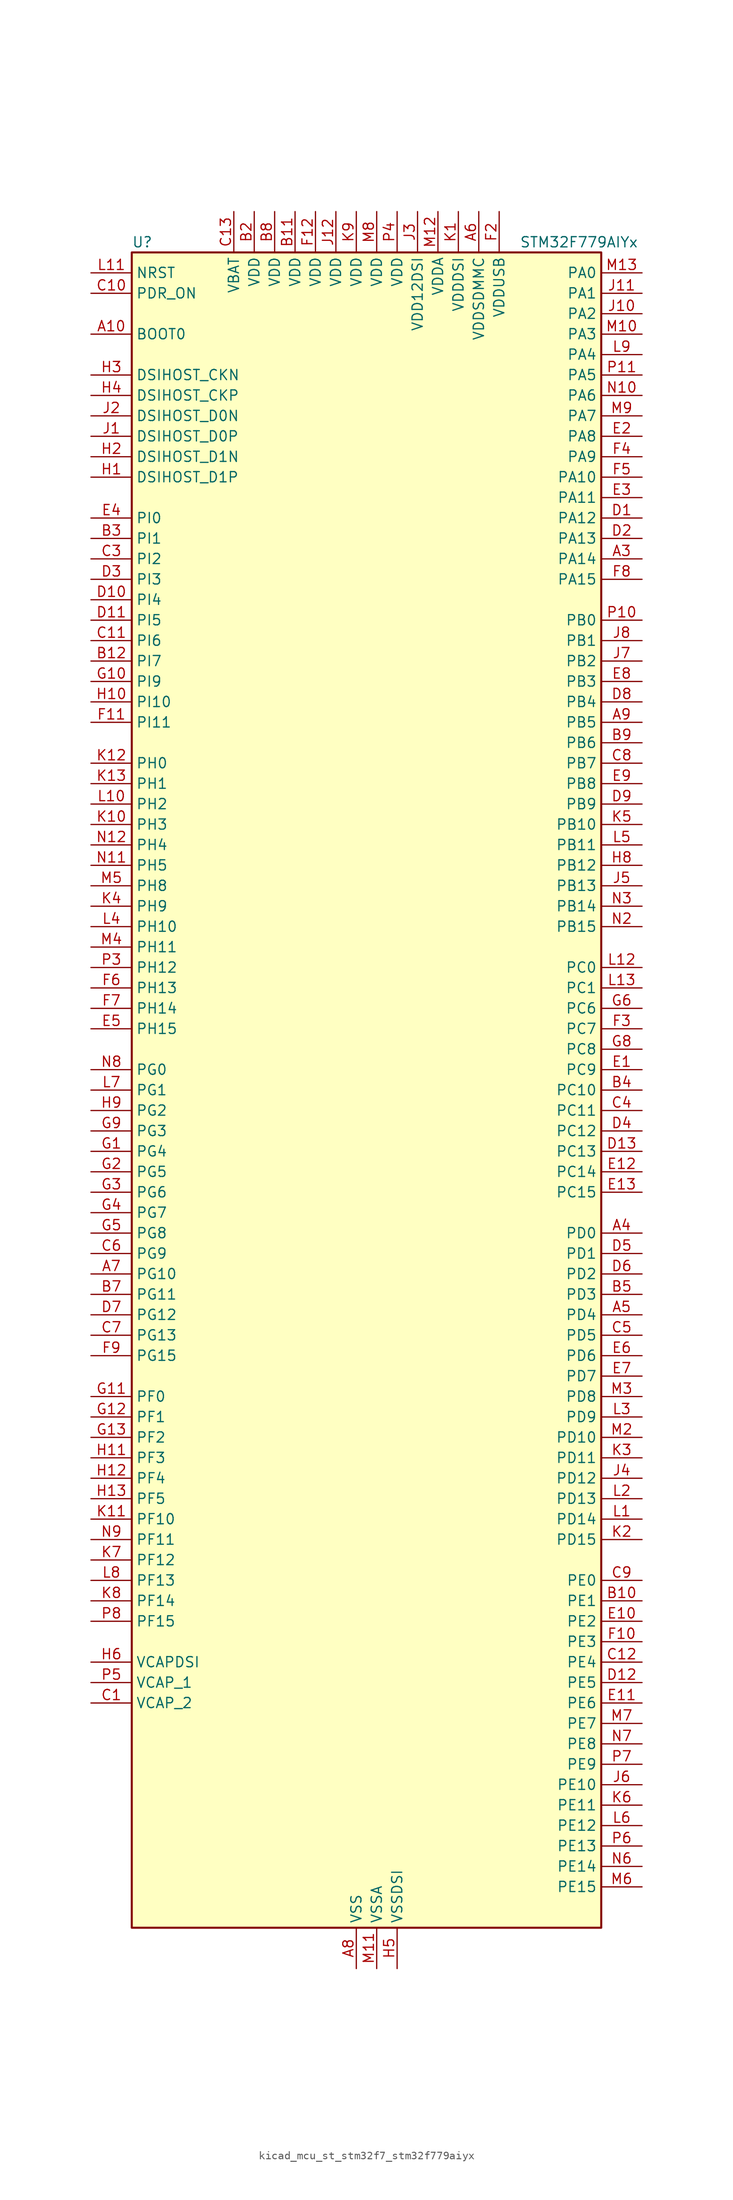
<source format=kicad_sym>
(kicad_symbol_lib
  (version 20220914)
  (generator kicad_symbol_editor)
  (symbol "kicad_mcu_st_stm32f7_stm32f779aiyx"
    (property "Reference" "U"
      (at -27.94 105.41 0)
      (effects (font (size 1.27 1.27)) (justify left)))
    (property "Value" "STM32F779AIYx"
      (at 20.32 105.41 0)
      (effects (font (size 1.27 1.27)) (justify left)))
    (property "ki_locked" ""
      (at 0 0 0)
      (effects (font (size 1.27 1.27))))
    (symbol "kicad_mcu_st_stm32f7_stm32f779aiyx_0_1"
      (rectangle (start -27.94 -104.14) (end 30.48 104.14) (stroke (width 0.254) (type default)) (fill (type background))))
    (symbol "kicad_mcu_st_stm32f7_stm32f779aiyx_1_1"
      (pin no_connect line (at -27.94 -104.14 0) (length 5.08) hide (name "NC" (effects (font (size 1.27 1.27)))) (number "A1" (effects (font (size 1.27 1.27)))))
      (pin input line (at -33.02 93.98 0) (length 5.08) (name "BOOT0" (effects (font (size 1.27 1.27)))) (number "A10" (effects (font (size 1.27 1.27)))))
      (pin passive line (at 0 -109.22 90) (length 5.08) hide (name "VSS" (effects (font (size 1.27 1.27)))) (number "A11" (effects (font (size 1.27 1.27)))))
      (pin no_connect line (at -27.94 -99.06 0) (length 5.08) hide (name "NC" (effects (font (size 1.27 1.27)))) (number "A12" (effects (font (size 1.27 1.27)))))
      (pin no_connect line (at -27.94 -96.52 0) (length 5.08) hide (name "NC" (effects (font (size 1.27 1.27)))) (number "A13" (effects (font (size 1.27 1.27)))))
      (pin no_connect line (at -27.94 -101.6 0) (length 5.08) hide (name "NC" (effects (font (size 1.27 1.27)))) (number "A2" (effects (font (size 1.27 1.27)))))
      (pin bidirectional line (at 35.56 66.04 180) (length 5.08) (name "PA14" (effects (font (size 1.27 1.27)))) (number "A3" (effects (font (size 1.27 1.27)))) (alternate "SYS_JTCK-SWCLK" bidirectional line))
      (pin bidirectional line (at 35.56 -17.78 180) (length 5.08) (name "PD0" (effects (font (size 1.27 1.27)))) (number "A4" (effects (font (size 1.27 1.27)))) (alternate "CAN1_RX" bidirectional line) (alternate "DFSDM1_CKIN6" bidirectional line) (alternate "DFSDM1_DATIN7" bidirectional line) (alternate "FMC_D2" bidirectional line) (alternate "FMC_DA2" bidirectional line) (alternate "UART4_RX" bidirectional line))
      (pin bidirectional line (at 35.56 -27.94 180) (length 5.08) (name "PD4" (effects (font (size 1.27 1.27)))) (number "A5" (effects (font (size 1.27 1.27)))) (alternate "DFSDM1_CKIN0" bidirectional line) (alternate "FMC_NOE" bidirectional line) (alternate "USART2_DE" bidirectional line) (alternate "USART2_RTS" bidirectional line))
      (pin power_in line (at 15.24 109.22 270) (length 5.08) (name "VDDSDMMC" (effects (font (size 1.27 1.27)))) (number "A6" (effects (font (size 1.27 1.27)))))
      (pin bidirectional line (at -33.02 -22.86 0) (length 5.08) (name "PG10" (effects (font (size 1.27 1.27)))) (number "A7" (effects (font (size 1.27 1.27)))) (alternate "DCMI_D2" bidirectional line) (alternate "FMC_NE3" bidirectional line) (alternate "I2S1_WS" bidirectional line) (alternate "LTDC_B2" bidirectional line) (alternate "LTDC_G3" bidirectional line) (alternate "SAI2_SD_B" bidirectional line) (alternate "SDMMC2_D1" bidirectional line) (alternate "SPI1_NSS" bidirectional line))
      (pin power_in line (at 0 -109.22 90) (length 5.08) (name "VSS" (effects (font (size 1.27 1.27)))) (number "A8" (effects (font (size 1.27 1.27)))))
      (pin bidirectional line (at 35.56 45.72 180) (length 5.08) (name "PB5" (effects (font (size 1.27 1.27)))) (number "A9" (effects (font (size 1.27 1.27)))) (alternate "CAN2_RX" bidirectional line) (alternate "DCMI_D10" bidirectional line) (alternate "FMC_SDCKE1" bidirectional line) (alternate "I2C1_SMBA" bidirectional line) (alternate "I2S1_SD" bidirectional line) (alternate "I2S3_SD" bidirectional line) (alternate "LTDC_G7" bidirectional line) (alternate "SPI1_MOSI" bidirectional line) (alternate "SPI3_MOSI" bidirectional line) (alternate "SPI6_MOSI" bidirectional line) (alternate "TIM3_CH2" bidirectional line) (alternate "UART5_RX" bidirectional line) (alternate "USB_OTG_HS_ULPI_D7" bidirectional line))
      (pin no_connect line (at -27.94 -93.98 0) (length 5.08) hide (name "NC" (effects (font (size 1.27 1.27)))) (number "B1" (effects (font (size 1.27 1.27)))))
      (pin bidirectional line (at 35.56 -63.5 180) (length 5.08) (name "PE1" (effects (font (size 1.27 1.27)))) (number "B10" (effects (font (size 1.27 1.27)))) (alternate "DCMI_D3" bidirectional line) (alternate "FMC_NBL1" bidirectional line) (alternate "LPTIM1_IN2" bidirectional line) (alternate "UART8_TX" bidirectional line))
      (pin power_in line (at -7.62 109.22 270) (length 5.08) (name "VDD" (effects (font (size 1.27 1.27)))) (number "B11" (effects (font (size 1.27 1.27)))))
      (pin bidirectional line (at -33.02 53.34 0) (length 5.08) (name "PI7" (effects (font (size 1.27 1.27)))) (number "B12" (effects (font (size 1.27 1.27)))) (alternate "DCMI_D7" bidirectional line) (alternate "FMC_D29" bidirectional line) (alternate "LTDC_B7" bidirectional line) (alternate "SAI2_FS_A" bidirectional line) (alternate "TIM8_CH3" bidirectional line))
      (pin no_connect line (at -27.94 -91.44 0) (length 5.08) hide (name "NC" (effects (font (size 1.27 1.27)))) (number "B13" (effects (font (size 1.27 1.27)))))
      (pin power_in line (at -12.7 109.22 270) (length 5.08) (name "VDD" (effects (font (size 1.27 1.27)))) (number "B2" (effects (font (size 1.27 1.27)))))
      (pin bidirectional line (at -33.02 68.58 0) (length 5.08) (name "PI1" (effects (font (size 1.27 1.27)))) (number "B3" (effects (font (size 1.27 1.27)))) (alternate "DCMI_D8" bidirectional line) (alternate "FMC_D25" bidirectional line) (alternate "I2S2_CK" bidirectional line) (alternate "LTDC_G6" bidirectional line) (alternate "SPI2_SCK" bidirectional line) (alternate "TIM8_BKIN2" bidirectional line))
      (pin bidirectional line (at 35.56 0 180) (length 5.08) (name "PC10" (effects (font (size 1.27 1.27)))) (number "B4" (effects (font (size 1.27 1.27)))) (alternate "DCMI_D8" bidirectional line) (alternate "DFSDM1_CKIN5" bidirectional line) (alternate "I2S3_CK" bidirectional line) (alternate "LTDC_R2" bidirectional line) (alternate "QUADSPI_BK1_IO1" bidirectional line) (alternate "SDMMC1_D2" bidirectional line) (alternate "SPI3_SCK" bidirectional line) (alternate "UART4_TX" bidirectional line) (alternate "USART3_TX" bidirectional line))
      (pin bidirectional line (at 35.56 -25.4 180) (length 5.08) (name "PD3" (effects (font (size 1.27 1.27)))) (number "B5" (effects (font (size 1.27 1.27)))) (alternate "DCMI_D5" bidirectional line) (alternate "DFSDM1_CKOUT" bidirectional line) (alternate "DFSDM1_DATIN0" bidirectional line) (alternate "FMC_CLK" bidirectional line) (alternate "I2S2_CK" bidirectional line) (alternate "LTDC_G7" bidirectional line) (alternate "SPI2_SCK" bidirectional line) (alternate "USART2_CTS" bidirectional line))
      (pin passive line (at 0 -109.22 90) (length 5.08) hide (name "VSS" (effects (font (size 1.27 1.27)))) (number "B6" (effects (font (size 1.27 1.27)))))
      (pin bidirectional line (at -33.02 -25.4 0) (length 5.08) (name "PG11" (effects (font (size 1.27 1.27)))) (number "B7" (effects (font (size 1.27 1.27)))) (alternate "ADC1_EXTI11" bidirectional line) (alternate "ADC2_EXTI11" bidirectional line) (alternate "ADC3_EXTI11" bidirectional line) (alternate "DCMI_D3" bidirectional line) (alternate "I2S1_CK" bidirectional line) (alternate "LTDC_B3" bidirectional line) (alternate "SDMMC2_D2" bidirectional line) (alternate "SPDIFRX_IN0" bidirectional line) (alternate "SPI1_SCK" bidirectional line))
      (pin power_in line (at -10.16 109.22 270) (length 5.08) (name "VDD" (effects (font (size 1.27 1.27)))) (number "B8" (effects (font (size 1.27 1.27)))))
      (pin bidirectional line (at 35.56 43.18 180) (length 5.08) (name "PB6" (effects (font (size 1.27 1.27)))) (number "B9" (effects (font (size 1.27 1.27)))) (alternate "CAN2_TX" bidirectional line) (alternate "CEC" bidirectional line) (alternate "DCMI_D5" bidirectional line) (alternate "DFSDM1_DATIN5" bidirectional line) (alternate "FMC_SDNE1" bidirectional line) (alternate "I2C1_SCL" bidirectional line) (alternate "I2C4_SCL" bidirectional line) (alternate "QUADSPI_BK1_NCS" bidirectional line) (alternate "TIM4_CH1" bidirectional line) (alternate "UART5_TX" bidirectional line) (alternate "USART1_TX" bidirectional line))
      (pin power_out line (at -33.02 -76.2 0) (length 5.08) (name "VCAP_2" (effects (font (size 1.27 1.27)))) (number "C1" (effects (font (size 1.27 1.27)))))
      (pin input line (at -33.02 99.06 0) (length 5.08) (name "PDR_ON" (effects (font (size 1.27 1.27)))) (number "C10" (effects (font (size 1.27 1.27)))))
      (pin bidirectional line (at -33.02 55.88 0) (length 5.08) (name "PI6" (effects (font (size 1.27 1.27)))) (number "C11" (effects (font (size 1.27 1.27)))) (alternate "DCMI_D6" bidirectional line) (alternate "FMC_D28" bidirectional line) (alternate "LTDC_B6" bidirectional line) (alternate "SAI2_SD_A" bidirectional line) (alternate "TIM8_CH2" bidirectional line))
      (pin bidirectional line (at 35.56 -71.12 180) (length 5.08) (name "PE4" (effects (font (size 1.27 1.27)))) (number "C12" (effects (font (size 1.27 1.27)))) (alternate "DCMI_D4" bidirectional line) (alternate "DFSDM1_DATIN3" bidirectional line) (alternate "FMC_A20" bidirectional line) (alternate "LTDC_B0" bidirectional line) (alternate "SAI1_FS_A" bidirectional line) (alternate "SPI4_NSS" bidirectional line) (alternate "SYS_TRACED1" bidirectional line))
      (pin power_in line (at -15.24 109.22 270) (length 5.08) (name "VBAT" (effects (font (size 1.27 1.27)))) (number "C13" (effects (font (size 1.27 1.27)))))
      (pin passive line (at 0 -109.22 90) (length 5.08) hide (name "VSS" (effects (font (size 1.27 1.27)))) (number "C2" (effects (font (size 1.27 1.27)))))
      (pin bidirectional line (at -33.02 66.04 0) (length 5.08) (name "PI2" (effects (font (size 1.27 1.27)))) (number "C3" (effects (font (size 1.27 1.27)))) (alternate "DCMI_D9" bidirectional line) (alternate "FMC_D26" bidirectional line) (alternate "LTDC_G7" bidirectional line) (alternate "SPI2_MISO" bidirectional line) (alternate "TIM8_CH4" bidirectional line))
      (pin bidirectional line (at 35.56 -2.54 180) (length 5.08) (name "PC11" (effects (font (size 1.27 1.27)))) (number "C4" (effects (font (size 1.27 1.27)))) (alternate "ADC1_EXTI11" bidirectional line) (alternate "ADC2_EXTI11" bidirectional line) (alternate "ADC3_EXTI11" bidirectional line) (alternate "DCMI_D4" bidirectional line) (alternate "DFSDM1_DATIN5" bidirectional line) (alternate "QUADSPI_BK2_NCS" bidirectional line) (alternate "SDMMC1_D3" bidirectional line) (alternate "SPI3_MISO" bidirectional line) (alternate "UART4_RX" bidirectional line) (alternate "USART3_RX" bidirectional line))
      (pin bidirectional line (at 35.56 -30.48 180) (length 5.08) (name "PD5" (effects (font (size 1.27 1.27)))) (number "C5" (effects (font (size 1.27 1.27)))) (alternate "FMC_NWE" bidirectional line) (alternate "USART2_TX" bidirectional line))
      (pin bidirectional line (at -33.02 -20.32 0) (length 5.08) (name "PG9" (effects (font (size 1.27 1.27)))) (number "C6" (effects (font (size 1.27 1.27)))) (alternate "DAC_EXTI9" bidirectional line) (alternate "DCMI_VSYNC" bidirectional line) (alternate "FMC_NCE" bidirectional line) (alternate "FMC_NE2" bidirectional line) (alternate "QUADSPI_BK2_IO2" bidirectional line) (alternate "SAI2_FS_B" bidirectional line) (alternate "SDMMC2_D0" bidirectional line) (alternate "SPDIFRX_IN3" bidirectional line) (alternate "SPI1_MISO" bidirectional line) (alternate "USART6_RX" bidirectional line))
      (pin bidirectional line (at -33.02 -30.48 0) (length 5.08) (name "PG13" (effects (font (size 1.27 1.27)))) (number "C7" (effects (font (size 1.27 1.27)))) (alternate "FMC_A24" bidirectional line) (alternate "LPTIM1_OUT" bidirectional line) (alternate "LTDC_R0" bidirectional line) (alternate "SPI6_SCK" bidirectional line) (alternate "SYS_TRACED0" bidirectional line) (alternate "USART6_CTS" bidirectional line))
      (pin bidirectional line (at 35.56 40.64 180) (length 5.08) (name "PB7" (effects (font (size 1.27 1.27)))) (number "C8" (effects (font (size 1.27 1.27)))) (alternate "DCMI_VSYNC" bidirectional line) (alternate "DFSDM1_CKIN5" bidirectional line) (alternate "FMC_NL" bidirectional line) (alternate "I2C1_SDA" bidirectional line) (alternate "I2C4_SDA" bidirectional line) (alternate "TIM4_CH2" bidirectional line) (alternate "USART1_RX" bidirectional line))
      (pin bidirectional line (at 35.56 -60.96 180) (length 5.08) (name "PE0" (effects (font (size 1.27 1.27)))) (number "C9" (effects (font (size 1.27 1.27)))) (alternate "DCMI_D2" bidirectional line) (alternate "FMC_NBL0" bidirectional line) (alternate "LPTIM1_ETR" bidirectional line) (alternate "SAI2_MCLK_A" bidirectional line) (alternate "TIM4_ETR" bidirectional line) (alternate "UART8_RX" bidirectional line))
      (pin bidirectional line (at 35.56 71.12 180) (length 5.08) (name "PA12" (effects (font (size 1.27 1.27)))) (number "D1" (effects (font (size 1.27 1.27)))) (alternate "CAN1_TX" bidirectional line) (alternate "I2S2_CK" bidirectional line) (alternate "LTDC_R5" bidirectional line) (alternate "SAI2_FS_B" bidirectional line) (alternate "SPI2_SCK" bidirectional line) (alternate "TIM1_ETR" bidirectional line) (alternate "UART4_TX" bidirectional line) (alternate "USART1_DE" bidirectional line) (alternate "USART1_RTS" bidirectional line) (alternate "USB_OTG_FS_DP" bidirectional line))
      (pin bidirectional line (at -33.02 60.96 0) (length 5.08) (name "PI4" (effects (font (size 1.27 1.27)))) (number "D10" (effects (font (size 1.27 1.27)))) (alternate "DCMI_D5" bidirectional line) (alternate "FMC_NBL2" bidirectional line) (alternate "LTDC_B4" bidirectional line) (alternate "SAI2_MCLK_A" bidirectional line) (alternate "TIM8_BKIN" bidirectional line))
      (pin bidirectional line (at -33.02 58.42 0) (length 5.08) (name "PI5" (effects (font (size 1.27 1.27)))) (number "D11" (effects (font (size 1.27 1.27)))) (alternate "DCMI_VSYNC" bidirectional line) (alternate "FMC_NBL3" bidirectional line) (alternate "LTDC_B5" bidirectional line) (alternate "SAI2_SCK_A" bidirectional line) (alternate "TIM8_CH1" bidirectional line))
      (pin bidirectional line (at 35.56 -73.66 180) (length 5.08) (name "PE5" (effects (font (size 1.27 1.27)))) (number "D12" (effects (font (size 1.27 1.27)))) (alternate "DCMI_D6" bidirectional line) (alternate "DFSDM1_CKIN3" bidirectional line) (alternate "FMC_A21" bidirectional line) (alternate "LTDC_G0" bidirectional line) (alternate "SAI1_SCK_A" bidirectional line) (alternate "SPI4_MISO" bidirectional line) (alternate "SYS_TRACED2" bidirectional line) (alternate "TIM9_CH1" bidirectional line))
      (pin bidirectional line (at 35.56 -7.62 180) (length 5.08) (name "PC13" (effects (font (size 1.27 1.27)))) (number "D13" (effects (font (size 1.27 1.27)))) (alternate "RTC_OUT" bidirectional line) (alternate "RTC_TAMP1" bidirectional line) (alternate "RTC_TS" bidirectional line) (alternate "SYS_WKUP4" bidirectional line))
      (pin bidirectional line (at 35.56 68.58 180) (length 5.08) (name "PA13" (effects (font (size 1.27 1.27)))) (number "D2" (effects (font (size 1.27 1.27)))) (alternate "SYS_JTMS-SWDIO" bidirectional line))
      (pin bidirectional line (at -33.02 63.5 0) (length 5.08) (name "PI3" (effects (font (size 1.27 1.27)))) (number "D3" (effects (font (size 1.27 1.27)))) (alternate "DCMI_D10" bidirectional line) (alternate "FMC_D27" bidirectional line) (alternate "I2S2_SD" bidirectional line) (alternate "SPI2_MOSI" bidirectional line) (alternate "TIM8_ETR" bidirectional line))
      (pin bidirectional line (at 35.56 -5.08 180) (length 5.08) (name "PC12" (effects (font (size 1.27 1.27)))) (number "D4" (effects (font (size 1.27 1.27)))) (alternate "DCMI_D9" bidirectional line) (alternate "I2S3_SD" bidirectional line) (alternate "SDMMC1_CK" bidirectional line) (alternate "SPI3_MOSI" bidirectional line) (alternate "SYS_TRACED3" bidirectional line) (alternate "UART5_TX" bidirectional line) (alternate "USART3_CK" bidirectional line))
      (pin bidirectional line (at 35.56 -20.32 180) (length 5.08) (name "PD1" (effects (font (size 1.27 1.27)))) (number "D5" (effects (font (size 1.27 1.27)))) (alternate "CAN1_TX" bidirectional line) (alternate "DFSDM1_CKIN7" bidirectional line) (alternate "DFSDM1_DATIN6" bidirectional line) (alternate "FMC_D3" bidirectional line) (alternate "FMC_DA3" bidirectional line) (alternate "UART4_TX" bidirectional line))
      (pin bidirectional line (at 35.56 -22.86 180) (length 5.08) (name "PD2" (effects (font (size 1.27 1.27)))) (number "D6" (effects (font (size 1.27 1.27)))) (alternate "DCMI_D11" bidirectional line) (alternate "SDMMC1_CMD" bidirectional line) (alternate "SYS_TRACED2" bidirectional line) (alternate "TIM3_ETR" bidirectional line) (alternate "UART5_RX" bidirectional line))
      (pin bidirectional line (at -33.02 -27.94 0) (length 5.08) (name "PG12" (effects (font (size 1.27 1.27)))) (number "D7" (effects (font (size 1.27 1.27)))) (alternate "FMC_NE4" bidirectional line) (alternate "LPTIM1_IN1" bidirectional line) (alternate "LTDC_B1" bidirectional line) (alternate "LTDC_B4" bidirectional line) (alternate "SDMMC2_D3" bidirectional line) (alternate "SPDIFRX_IN1" bidirectional line) (alternate "SPI6_MISO" bidirectional line) (alternate "USART6_DE" bidirectional line) (alternate "USART6_RTS" bidirectional line))
      (pin bidirectional line (at 35.56 48.26 180) (length 5.08) (name "PB4" (effects (font (size 1.27 1.27)))) (number "D8" (effects (font (size 1.27 1.27)))) (alternate "CAN3_TX" bidirectional line) (alternate "I2S2_WS" bidirectional line) (alternate "SDMMC2_D3" bidirectional line) (alternate "SPI1_MISO" bidirectional line) (alternate "SPI2_NSS" bidirectional line) (alternate "SPI3_MISO" bidirectional line) (alternate "SPI6_MISO" bidirectional line) (alternate "SYS_JTRST" bidirectional line) (alternate "TIM3_CH1" bidirectional line) (alternate "UART7_TX" bidirectional line))
      (pin bidirectional line (at 35.56 35.56 180) (length 5.08) (name "PB9" (effects (font (size 1.27 1.27)))) (number "D9" (effects (font (size 1.27 1.27)))) (alternate "CAN1_TX" bidirectional line) (alternate "DAC_EXTI9" bidirectional line) (alternate "DCMI_D7" bidirectional line) (alternate "DFSDM1_DATIN7" bidirectional line) (alternate "I2C1_SDA" bidirectional line) (alternate "I2C4_SDA" bidirectional line) (alternate "I2C4_SMBA" bidirectional line) (alternate "I2S2_WS" bidirectional line) (alternate "LTDC_B7" bidirectional line) (alternate "SDMMC1_D5" bidirectional line) (alternate "SDMMC2_D5" bidirectional line) (alternate "SPI2_NSS" bidirectional line) (alternate "TIM11_CH1" bidirectional line) (alternate "TIM4_CH4" bidirectional line) (alternate "UART5_TX" bidirectional line))
      (pin bidirectional line (at 35.56 2.54 180) (length 5.08) (name "PC9" (effects (font (size 1.27 1.27)))) (number "E1" (effects (font (size 1.27 1.27)))) (alternate "DAC_EXTI9" bidirectional line) (alternate "DCMI_D3" bidirectional line) (alternate "I2C3_SDA" bidirectional line) (alternate "I2S_CKIN" bidirectional line) (alternate "LTDC_B2" bidirectional line) (alternate "LTDC_G3" bidirectional line) (alternate "QUADSPI_BK1_IO0" bidirectional line) (alternate "RCC_MCO_2" bidirectional line) (alternate "SDMMC1_D1" bidirectional line) (alternate "TIM3_CH4" bidirectional line) (alternate "TIM8_CH4" bidirectional line) (alternate "UART5_CTS" bidirectional line))
      (pin bidirectional line (at 35.56 -66.04 180) (length 5.08) (name "PE2" (effects (font (size 1.27 1.27)))) (number "E10" (effects (font (size 1.27 1.27)))) (alternate "FMC_A23" bidirectional line) (alternate "QUADSPI_BK1_IO2" bidirectional line) (alternate "SAI1_MCLK_A" bidirectional line) (alternate "SPI4_SCK" bidirectional line) (alternate "SYS_TRACECLK" bidirectional line))
      (pin bidirectional line (at 35.56 -76.2 180) (length 5.08) (name "PE6" (effects (font (size 1.27 1.27)))) (number "E11" (effects (font (size 1.27 1.27)))) (alternate "DCMI_D7" bidirectional line) (alternate "FMC_A22" bidirectional line) (alternate "LTDC_G1" bidirectional line) (alternate "SAI1_SD_A" bidirectional line) (alternate "SAI2_MCLK_B" bidirectional line) (alternate "SPI4_MOSI" bidirectional line) (alternate "SYS_TRACED3" bidirectional line) (alternate "TIM1_BKIN2" bidirectional line) (alternate "TIM9_CH2" bidirectional line))
      (pin bidirectional line (at 35.56 -10.16 180) (length 5.08) (name "PC14" (effects (font (size 1.27 1.27)))) (number "E12" (effects (font (size 1.27 1.27)))) (alternate "RCC_OSC32_IN" bidirectional line))
      (pin bidirectional line (at 35.56 -12.7 180) (length 5.08) (name "PC15" (effects (font (size 1.27 1.27)))) (number "E13" (effects (font (size 1.27 1.27)))) (alternate "RCC_OSC32_OUT" bidirectional line))
      (pin bidirectional line (at 35.56 81.28 180) (length 5.08) (name "PA8" (effects (font (size 1.27 1.27)))) (number "E2" (effects (font (size 1.27 1.27)))) (alternate "CAN3_RX" bidirectional line) (alternate "I2C3_SCL" bidirectional line) (alternate "LTDC_B3" bidirectional line) (alternate "LTDC_R6" bidirectional line) (alternate "RCC_MCO_1" bidirectional line) (alternate "TIM1_CH1" bidirectional line) (alternate "TIM8_BKIN2" bidirectional line) (alternate "UART7_RX" bidirectional line) (alternate "USART1_CK" bidirectional line) (alternate "USB_OTG_FS_SOF" bidirectional line))
      (pin bidirectional line (at 35.56 73.66 180) (length 5.08) (name "PA11" (effects (font (size 1.27 1.27)))) (number "E3" (effects (font (size 1.27 1.27)))) (alternate "ADC1_EXTI11" bidirectional line) (alternate "ADC2_EXTI11" bidirectional line) (alternate "ADC3_EXTI11" bidirectional line) (alternate "CAN1_RX" bidirectional line) (alternate "I2S2_WS" bidirectional line) (alternate "LTDC_R4" bidirectional line) (alternate "SPI2_NSS" bidirectional line) (alternate "TIM1_CH4" bidirectional line) (alternate "UART4_RX" bidirectional line) (alternate "USART1_CTS" bidirectional line) (alternate "USB_OTG_FS_DM" bidirectional line))
      (pin bidirectional line (at -33.02 71.12 0) (length 5.08) (name "PI0" (effects (font (size 1.27 1.27)))) (number "E4" (effects (font (size 1.27 1.27)))) (alternate "DCMI_D13" bidirectional line) (alternate "FMC_D24" bidirectional line) (alternate "I2S2_WS" bidirectional line) (alternate "LTDC_G5" bidirectional line) (alternate "SPI2_NSS" bidirectional line) (alternate "TIM5_CH4" bidirectional line))
      (pin bidirectional line (at -33.02 7.62 0) (length 5.08) (name "PH15" (effects (font (size 1.27 1.27)))) (number "E5" (effects (font (size 1.27 1.27)))) (alternate "DCMI_D11" bidirectional line) (alternate "FMC_D23" bidirectional line) (alternate "LTDC_G4" bidirectional line) (alternate "TIM8_CH3N" bidirectional line))
      (pin bidirectional line (at 35.56 -33.02 180) (length 5.08) (name "PD6" (effects (font (size 1.27 1.27)))) (number "E6" (effects (font (size 1.27 1.27)))) (alternate "DCMI_D10" bidirectional line) (alternate "DFSDM1_CKIN4" bidirectional line) (alternate "DFSDM1_DATIN1" bidirectional line) (alternate "FMC_NWAIT" bidirectional line) (alternate "I2S3_SD" bidirectional line) (alternate "LTDC_B2" bidirectional line) (alternate "SAI1_SD_A" bidirectional line) (alternate "SDMMC2_CK" bidirectional line) (alternate "SPI3_MOSI" bidirectional line) (alternate "USART2_RX" bidirectional line))
      (pin bidirectional line (at 35.56 -35.56 180) (length 5.08) (name "PD7" (effects (font (size 1.27 1.27)))) (number "E7" (effects (font (size 1.27 1.27)))) (alternate "DFSDM1_CKIN1" bidirectional line) (alternate "DFSDM1_DATIN4" bidirectional line) (alternate "FMC_NE1" bidirectional line) (alternate "I2S1_SD" bidirectional line) (alternate "SDMMC2_CMD" bidirectional line) (alternate "SPDIFRX_IN0" bidirectional line) (alternate "SPI1_MOSI" bidirectional line) (alternate "USART2_CK" bidirectional line))
      (pin bidirectional line (at 35.56 50.8 180) (length 5.08) (name "PB3" (effects (font (size 1.27 1.27)))) (number "E8" (effects (font (size 1.27 1.27)))) (alternate "CAN3_RX" bidirectional line) (alternate "I2S1_CK" bidirectional line) (alternate "I2S3_CK" bidirectional line) (alternate "SDMMC2_D2" bidirectional line) (alternate "SPI1_SCK" bidirectional line) (alternate "SPI3_SCK" bidirectional line) (alternate "SPI6_SCK" bidirectional line) (alternate "SYS_JTDO-SWO" bidirectional line) (alternate "TIM2_CH2" bidirectional line) (alternate "UART7_RX" bidirectional line))
      (pin bidirectional line (at 35.56 38.1 180) (length 5.08) (name "PB8" (effects (font (size 1.27 1.27)))) (number "E9" (effects (font (size 1.27 1.27)))) (alternate "CAN1_RX" bidirectional line) (alternate "DCMI_D6" bidirectional line) (alternate "DFSDM1_CKIN7" bidirectional line) (alternate "I2C1_SCL" bidirectional line) (alternate "I2C4_SCL" bidirectional line) (alternate "LTDC_B6" bidirectional line) (alternate "SDMMC1_D4" bidirectional line) (alternate "SDMMC2_D4" bidirectional line) (alternate "TIM10_CH1" bidirectional line) (alternate "TIM4_CH3" bidirectional line) (alternate "UART5_RX" bidirectional line))
      (pin passive line (at 0 -109.22 90) (length 5.08) hide (name "VSS" (effects (font (size 1.27 1.27)))) (number "F1" (effects (font (size 1.27 1.27)))))
      (pin bidirectional line (at 35.56 -68.58 180) (length 5.08) (name "PE3" (effects (font (size 1.27 1.27)))) (number "F10" (effects (font (size 1.27 1.27)))) (alternate "FMC_A19" bidirectional line) (alternate "SAI1_SD_B" bidirectional line) (alternate "SYS_TRACED0" bidirectional line))
      (pin bidirectional line (at -33.02 45.72 0) (length 5.08) (name "PI11" (effects (font (size 1.27 1.27)))) (number "F11" (effects (font (size 1.27 1.27)))) (alternate "ADC1_EXTI11" bidirectional line) (alternate "ADC2_EXTI11" bidirectional line) (alternate "ADC3_EXTI11" bidirectional line) (alternate "LTDC_G6" bidirectional line) (alternate "SYS_WKUP6" bidirectional line) (alternate "USB_OTG_HS_ULPI_DIR" bidirectional line))
      (pin power_in line (at -5.08 109.22 270) (length 5.08) (name "VDD" (effects (font (size 1.27 1.27)))) (number "F12" (effects (font (size 1.27 1.27)))))
      (pin passive line (at 0 -109.22 90) (length 5.08) hide (name "VSS" (effects (font (size 1.27 1.27)))) (number "F13" (effects (font (size 1.27 1.27)))))
      (pin power_in line (at 17.78 109.22 270) (length 5.08) (name "VDDUSB" (effects (font (size 1.27 1.27)))) (number "F2" (effects (font (size 1.27 1.27)))))
      (pin bidirectional line (at 35.56 7.62 180) (length 5.08) (name "PC7" (effects (font (size 1.27 1.27)))) (number "F3" (effects (font (size 1.27 1.27)))) (alternate "DCMI_D1" bidirectional line) (alternate "DFSDM1_DATIN3" bidirectional line) (alternate "FMC_NE1" bidirectional line) (alternate "I2S3_MCK" bidirectional line) (alternate "LTDC_G6" bidirectional line) (alternate "SDMMC1_D7" bidirectional line) (alternate "SDMMC2_D7" bidirectional line) (alternate "TIM3_CH2" bidirectional line) (alternate "TIM8_CH2" bidirectional line) (alternate "USART6_RX" bidirectional line))
      (pin bidirectional line (at 35.56 78.74 180) (length 5.08) (name "PA9" (effects (font (size 1.27 1.27)))) (number "F4" (effects (font (size 1.27 1.27)))) (alternate "DAC_EXTI9" bidirectional line) (alternate "DCMI_D0" bidirectional line) (alternate "I2C3_SMBA" bidirectional line) (alternate "I2S2_CK" bidirectional line) (alternate "LTDC_R5" bidirectional line) (alternate "SPI2_SCK" bidirectional line) (alternate "TIM1_CH2" bidirectional line) (alternate "USART1_TX" bidirectional line) (alternate "USB_OTG_FS_VBUS" bidirectional line))
      (pin bidirectional line (at 35.56 76.2 180) (length 5.08) (name "PA10" (effects (font (size 1.27 1.27)))) (number "F5" (effects (font (size 1.27 1.27)))) (alternate "DCMI_D1" bidirectional line) (alternate "LTDC_B1" bidirectional line) (alternate "LTDC_B4" bidirectional line) (alternate "MDIOS_MDIO" bidirectional line) (alternate "TIM1_CH3" bidirectional line) (alternate "USART1_RX" bidirectional line) (alternate "USB_OTG_FS_ID" bidirectional line))
      (pin bidirectional line (at -33.02 12.7 0) (length 5.08) (name "PH13" (effects (font (size 1.27 1.27)))) (number "F6" (effects (font (size 1.27 1.27)))) (alternate "CAN1_TX" bidirectional line) (alternate "FMC_D21" bidirectional line) (alternate "LTDC_G2" bidirectional line) (alternate "TIM8_CH1N" bidirectional line) (alternate "UART4_TX" bidirectional line))
      (pin bidirectional line (at -33.02 10.16 0) (length 5.08) (name "PH14" (effects (font (size 1.27 1.27)))) (number "F7" (effects (font (size 1.27 1.27)))) (alternate "CAN1_RX" bidirectional line) (alternate "DCMI_D4" bidirectional line) (alternate "FMC_D22" bidirectional line) (alternate "LTDC_G3" bidirectional line) (alternate "TIM8_CH2N" bidirectional line) (alternate "UART4_RX" bidirectional line))
      (pin bidirectional line (at 35.56 63.5 180) (length 5.08) (name "PA15" (effects (font (size 1.27 1.27)))) (number "F8" (effects (font (size 1.27 1.27)))) (alternate "CAN3_TX" bidirectional line) (alternate "CEC" bidirectional line) (alternate "I2S1_WS" bidirectional line) (alternate "I2S3_WS" bidirectional line) (alternate "SPI1_NSS" bidirectional line) (alternate "SPI3_NSS" bidirectional line) (alternate "SPI6_NSS" bidirectional line) (alternate "SYS_JTDI" bidirectional line) (alternate "TIM2_CH1" bidirectional line) (alternate "TIM2_ETR" bidirectional line) (alternate "UART4_DE" bidirectional line) (alternate "UART4_RTS" bidirectional line) (alternate "UART7_TX" bidirectional line))
      (pin bidirectional line (at -33.02 -33.02 0) (length 5.08) (name "PG15" (effects (font (size 1.27 1.27)))) (number "F9" (effects (font (size 1.27 1.27)))) (alternate "DCMI_D13" bidirectional line) (alternate "FMC_SDNCAS" bidirectional line) (alternate "USART6_CTS" bidirectional line))
      (pin bidirectional line (at -33.02 -7.62 0) (length 5.08) (name "PG4" (effects (font (size 1.27 1.27)))) (number "G1" (effects (font (size 1.27 1.27)))) (alternate "FMC_A14" bidirectional line) (alternate "FMC_BA0" bidirectional line))
      (pin bidirectional line (at -33.02 50.8 0) (length 5.08) (name "PI9" (effects (font (size 1.27 1.27)))) (number "G10" (effects (font (size 1.27 1.27)))) (alternate "CAN1_RX" bidirectional line) (alternate "DAC_EXTI9" bidirectional line) (alternate "FMC_D30" bidirectional line) (alternate "LTDC_VSYNC" bidirectional line) (alternate "UART4_RX" bidirectional line))
      (pin bidirectional line (at -33.02 -38.1 0) (length 5.08) (name "PF0" (effects (font (size 1.27 1.27)))) (number "G11" (effects (font (size 1.27 1.27)))) (alternate "FMC_A0" bidirectional line) (alternate "I2C2_SDA" bidirectional line))
      (pin bidirectional line (at -33.02 -40.64 0) (length 5.08) (name "PF1" (effects (font (size 1.27 1.27)))) (number "G12" (effects (font (size 1.27 1.27)))) (alternate "FMC_A1" bidirectional line) (alternate "I2C2_SCL" bidirectional line))
      (pin bidirectional line (at -33.02 -43.18 0) (length 5.08) (name "PF2" (effects (font (size 1.27 1.27)))) (number "G13" (effects (font (size 1.27 1.27)))) (alternate "FMC_A2" bidirectional line) (alternate "I2C2_SMBA" bidirectional line))
      (pin bidirectional line (at -33.02 -10.16 0) (length 5.08) (name "PG5" (effects (font (size 1.27 1.27)))) (number "G2" (effects (font (size 1.27 1.27)))) (alternate "FMC_A15" bidirectional line) (alternate "FMC_BA1" bidirectional line))
      (pin bidirectional line (at -33.02 -12.7 0) (length 5.08) (name "PG6" (effects (font (size 1.27 1.27)))) (number "G3" (effects (font (size 1.27 1.27)))) (alternate "DCMI_D12" bidirectional line) (alternate "FMC_NE3" bidirectional line) (alternate "LTDC_R7" bidirectional line))
      (pin bidirectional line (at -33.02 -15.24 0) (length 5.08) (name "PG7" (effects (font (size 1.27 1.27)))) (number "G4" (effects (font (size 1.27 1.27)))) (alternate "DCMI_D13" bidirectional line) (alternate "FMC_INT" bidirectional line) (alternate "LTDC_CLK" bidirectional line) (alternate "SAI1_MCLK_A" bidirectional line) (alternate "USART6_CK" bidirectional line))
      (pin bidirectional line (at -33.02 -17.78 0) (length 5.08) (name "PG8" (effects (font (size 1.27 1.27)))) (number "G5" (effects (font (size 1.27 1.27)))) (alternate "FMC_SDCLK" bidirectional line) (alternate "LTDC_G7" bidirectional line) (alternate "SPDIFRX_IN2" bidirectional line) (alternate "SPI6_NSS" bidirectional line) (alternate "USART6_DE" bidirectional line) (alternate "USART6_RTS" bidirectional line))
      (pin bidirectional line (at 35.56 10.16 180) (length 5.08) (name "PC6" (effects (font (size 1.27 1.27)))) (number "G6" (effects (font (size 1.27 1.27)))) (alternate "DCMI_D0" bidirectional line) (alternate "DFSDM1_CKIN3" bidirectional line) (alternate "FMC_NWAIT" bidirectional line) (alternate "I2S2_MCK" bidirectional line) (alternate "LTDC_HSYNC" bidirectional line) (alternate "SDMMC1_D6" bidirectional line) (alternate "SDMMC2_D6" bidirectional line) (alternate "TIM3_CH1" bidirectional line) (alternate "TIM8_CH1" bidirectional line) (alternate "USART6_TX" bidirectional line))
      (pin bidirectional line (at 35.56 5.08 180) (length 5.08) (name "PC8" (effects (font (size 1.27 1.27)))) (number "G8" (effects (font (size 1.27 1.27)))) (alternate "DCMI_D2" bidirectional line) (alternate "FMC_NCE" bidirectional line) (alternate "FMC_NE2" bidirectional line) (alternate "SDMMC1_D0" bidirectional line) (alternate "SYS_TRACED1" bidirectional line) (alternate "TIM3_CH3" bidirectional line) (alternate "TIM8_CH3" bidirectional line) (alternate "UART5_DE" bidirectional line) (alternate "UART5_RTS" bidirectional line) (alternate "USART6_CK" bidirectional line))
      (pin bidirectional line (at -33.02 -5.08 0) (length 5.08) (name "PG3" (effects (font (size 1.27 1.27)))) (number "G9" (effects (font (size 1.27 1.27)))) (alternate "FMC_A13" bidirectional line))
      (pin bidirectional line (at -33.02 76.2 0) (length 5.08) (name "DSIHOST_D1P" (effects (font (size 1.27 1.27)))) (number "H1" (effects (font (size 1.27 1.27)))) (alternate "DSIHOST_D1P" bidirectional line))
      (pin bidirectional line (at -33.02 48.26 0) (length 5.08) (name "PI10" (effects (font (size 1.27 1.27)))) (number "H10" (effects (font (size 1.27 1.27)))) (alternate "FMC_D31" bidirectional line) (alternate "LTDC_HSYNC" bidirectional line))
      (pin bidirectional line (at -33.02 -45.72 0) (length 5.08) (name "PF3" (effects (font (size 1.27 1.27)))) (number "H11" (effects (font (size 1.27 1.27)))) (alternate "ADC3_IN9" bidirectional line) (alternate "FMC_A3" bidirectional line))
      (pin bidirectional line (at -33.02 -48.26 0) (length 5.08) (name "PF4" (effects (font (size 1.27 1.27)))) (number "H12" (effects (font (size 1.27 1.27)))) (alternate "ADC3_IN14" bidirectional line) (alternate "FMC_A4" bidirectional line))
      (pin bidirectional line (at -33.02 -50.8 0) (length 5.08) (name "PF5" (effects (font (size 1.27 1.27)))) (number "H13" (effects (font (size 1.27 1.27)))) (alternate "ADC3_IN15" bidirectional line) (alternate "FMC_A5" bidirectional line))
      (pin bidirectional line (at -33.02 78.74 0) (length 5.08) (name "DSIHOST_D1N" (effects (font (size 1.27 1.27)))) (number "H2" (effects (font (size 1.27 1.27)))) (alternate "DSIHOST_D1N" bidirectional line))
      (pin bidirectional line (at -33.02 88.9 0) (length 5.08) (name "DSIHOST_CKN" (effects (font (size 1.27 1.27)))) (number "H3" (effects (font (size 1.27 1.27)))) (alternate "DSIHOST_CKN" bidirectional line))
      (pin bidirectional line (at -33.02 86.36 0) (length 5.08) (name "DSIHOST_CKP" (effects (font (size 1.27 1.27)))) (number "H4" (effects (font (size 1.27 1.27)))) (alternate "DSIHOST_CKP" bidirectional line))
      (pin power_in line (at 5.08 -109.22 90) (length 5.08) (name "VSSDSI" (effects (font (size 1.27 1.27)))) (number "H5" (effects (font (size 1.27 1.27)))))
      (pin power_out line (at -33.02 -71.12 0) (length 5.08) (name "VCAPDSI" (effects (font (size 1.27 1.27)))) (number "H6" (effects (font (size 1.27 1.27)))))
      (pin bidirectional line (at 35.56 27.94 180) (length 5.08) (name "PB12" (effects (font (size 1.27 1.27)))) (number "H8" (effects (font (size 1.27 1.27)))) (alternate "CAN2_RX" bidirectional line) (alternate "DFSDM1_DATIN1" bidirectional line) (alternate "I2C2_SMBA" bidirectional line) (alternate "I2S2_WS" bidirectional line) (alternate "SPI2_NSS" bidirectional line) (alternate "TIM1_BKIN" bidirectional line) (alternate "UART5_RX" bidirectional line) (alternate "USART3_CK" bidirectional line) (alternate "USB_OTG_HS_ID" bidirectional line) (alternate "USB_OTG_HS_ULPI_D5" bidirectional line))
      (pin bidirectional line (at -33.02 -2.54 0) (length 5.08) (name "PG2" (effects (font (size 1.27 1.27)))) (number "H9" (effects (font (size 1.27 1.27)))) (alternate "FMC_A12" bidirectional line))
      (pin bidirectional line (at -33.02 81.28 0) (length 5.08) (name "DSIHOST_D0P" (effects (font (size 1.27 1.27)))) (number "J1" (effects (font (size 1.27 1.27)))) (alternate "DSIHOST_D0P" bidirectional line))
      (pin bidirectional line (at 35.56 96.52 180) (length 5.08) (name "PA2" (effects (font (size 1.27 1.27)))) (number "J10" (effects (font (size 1.27 1.27)))) (alternate "ADC1_IN2" bidirectional line) (alternate "ADC2_IN2" bidirectional line) (alternate "ADC3_IN2" bidirectional line) (alternate "LTDC_R1" bidirectional line) (alternate "MDIOS_MDIO" bidirectional line) (alternate "SAI2_SCK_B" bidirectional line) (alternate "SYS_WKUP2" bidirectional line) (alternate "TIM2_CH3" bidirectional line) (alternate "TIM5_CH3" bidirectional line) (alternate "TIM9_CH1" bidirectional line) (alternate "USART2_TX" bidirectional line))
      (pin bidirectional line (at 35.56 99.06 180) (length 5.08) (name "PA1" (effects (font (size 1.27 1.27)))) (number "J11" (effects (font (size 1.27 1.27)))) (alternate "ADC1_IN1" bidirectional line) (alternate "ADC2_IN1" bidirectional line) (alternate "ADC3_IN1" bidirectional line) (alternate "LTDC_R2" bidirectional line) (alternate "QUADSPI_BK1_IO3" bidirectional line) (alternate "SAI2_MCLK_B" bidirectional line) (alternate "TIM2_CH2" bidirectional line) (alternate "TIM5_CH2" bidirectional line) (alternate "UART4_RX" bidirectional line) (alternate "USART2_DE" bidirectional line) (alternate "USART2_RTS" bidirectional line))
      (pin power_in line (at -2.54 109.22 270) (length 5.08) (name "VDD" (effects (font (size 1.27 1.27)))) (number "J12" (effects (font (size 1.27 1.27)))))
      (pin passive line (at 0 -109.22 90) (length 5.08) hide (name "VSS" (effects (font (size 1.27 1.27)))) (number "J13" (effects (font (size 1.27 1.27)))))
      (pin bidirectional line (at -33.02 83.82 0) (length 5.08) (name "DSIHOST_D0N" (effects (font (size 1.27 1.27)))) (number "J2" (effects (font (size 1.27 1.27)))) (alternate "DSIHOST_D0N" bidirectional line))
      (pin power_in line (at 7.62 109.22 270) (length 5.08) (name "VDD12DSI" (effects (font (size 1.27 1.27)))) (number "J3" (effects (font (size 1.27 1.27)))))
      (pin bidirectional line (at 35.56 -48.26 180) (length 5.08) (name "PD12" (effects (font (size 1.27 1.27)))) (number "J4" (effects (font (size 1.27 1.27)))) (alternate "FMC_A17" bidirectional line) (alternate "FMC_ALE" bidirectional line) (alternate "I2C4_SCL" bidirectional line) (alternate "LPTIM1_IN1" bidirectional line) (alternate "QUADSPI_BK1_IO1" bidirectional line) (alternate "SAI2_FS_A" bidirectional line) (alternate "TIM4_CH1" bidirectional line) (alternate "USART3_DE" bidirectional line) (alternate "USART3_RTS" bidirectional line))
      (pin bidirectional line (at 35.56 25.4 180) (length 5.08) (name "PB13" (effects (font (size 1.27 1.27)))) (number "J5" (effects (font (size 1.27 1.27)))) (alternate "CAN2_TX" bidirectional line) (alternate "DFSDM1_CKIN1" bidirectional line) (alternate "I2S2_CK" bidirectional line) (alternate "SPI2_SCK" bidirectional line) (alternate "TIM1_CH1N" bidirectional line) (alternate "UART5_TX" bidirectional line) (alternate "USART3_CTS" bidirectional line) (alternate "USB_OTG_HS_ULPI_D6" bidirectional line) (alternate "USB_OTG_HS_VBUS" bidirectional line))
      (pin bidirectional line (at 35.56 -86.36 180) (length 5.08) (name "PE10" (effects (font (size 1.27 1.27)))) (number "J6" (effects (font (size 1.27 1.27)))) (alternate "DFSDM1_DATIN4" bidirectional line) (alternate "FMC_D7" bidirectional line) (alternate "FMC_DA7" bidirectional line) (alternate "QUADSPI_BK2_IO3" bidirectional line) (alternate "TIM1_CH2N" bidirectional line) (alternate "UART7_CTS" bidirectional line))
      (pin bidirectional line (at 35.56 53.34 180) (length 5.08) (name "PB2" (effects (font (size 1.27 1.27)))) (number "J7" (effects (font (size 1.27 1.27)))) (alternate "DFSDM1_CKIN1" bidirectional line) (alternate "I2S3_SD" bidirectional line) (alternate "QUADSPI_CLK" bidirectional line) (alternate "SAI1_SD_A" bidirectional line) (alternate "SPI3_MOSI" bidirectional line))
      (pin bidirectional line (at 35.56 55.88 180) (length 5.08) (name "PB1" (effects (font (size 1.27 1.27)))) (number "J8" (effects (font (size 1.27 1.27)))) (alternate "ADC1_IN9" bidirectional line) (alternate "ADC2_IN9" bidirectional line) (alternate "DFSDM1_DATIN1" bidirectional line) (alternate "LTDC_G0" bidirectional line) (alternate "LTDC_R6" bidirectional line) (alternate "TIM1_CH3N" bidirectional line) (alternate "TIM3_CH4" bidirectional line) (alternate "TIM8_CH3N" bidirectional line) (alternate "USB_OTG_HS_ULPI_D2" bidirectional line))
      (pin passive line (at 0 -109.22 90) (length 5.08) hide (name "VSS" (effects (font (size 1.27 1.27)))) (number "J9" (effects (font (size 1.27 1.27)))))
      (pin power_in line (at 12.7 109.22 270) (length 5.08) (name "VDDDSI" (effects (font (size 1.27 1.27)))) (number "K1" (effects (font (size 1.27 1.27)))))
      (pin bidirectional line (at -33.02 33.02 0) (length 5.08) (name "PH3" (effects (font (size 1.27 1.27)))) (number "K10" (effects (font (size 1.27 1.27)))) (alternate "FMC_SDNE0" bidirectional line) (alternate "LTDC_R1" bidirectional line) (alternate "QUADSPI_BK2_IO1" bidirectional line) (alternate "SAI2_MCLK_B" bidirectional line))
      (pin bidirectional line (at -33.02 -53.34 0) (length 5.08) (name "PF10" (effects (font (size 1.27 1.27)))) (number "K11" (effects (font (size 1.27 1.27)))) (alternate "ADC3_IN8" bidirectional line) (alternate "DCMI_D11" bidirectional line) (alternate "LTDC_DE" bidirectional line) (alternate "QUADSPI_CLK" bidirectional line))
      (pin bidirectional line (at -33.02 40.64 0) (length 5.08) (name "PH0" (effects (font (size 1.27 1.27)))) (number "K12" (effects (font (size 1.27 1.27)))) (alternate "RCC_OSC_IN" bidirectional line))
      (pin bidirectional line (at -33.02 38.1 0) (length 5.08) (name "PH1" (effects (font (size 1.27 1.27)))) (number "K13" (effects (font (size 1.27 1.27)))) (alternate "RCC_OSC_OUT" bidirectional line))
      (pin bidirectional line (at 35.56 -55.88 180) (length 5.08) (name "PD15" (effects (font (size 1.27 1.27)))) (number "K2" (effects (font (size 1.27 1.27)))) (alternate "FMC_D1" bidirectional line) (alternate "FMC_DA1" bidirectional line) (alternate "TIM4_CH4" bidirectional line) (alternate "UART8_DE" bidirectional line) (alternate "UART8_RTS" bidirectional line))
      (pin bidirectional line (at 35.56 -45.72 180) (length 5.08) (name "PD11" (effects (font (size 1.27 1.27)))) (number "K3" (effects (font (size 1.27 1.27)))) (alternate "ADC1_EXTI11" bidirectional line) (alternate "ADC2_EXTI11" bidirectional line) (alternate "ADC3_EXTI11" bidirectional line) (alternate "FMC_A16" bidirectional line) (alternate "FMC_CLE" bidirectional line) (alternate "I2C4_SMBA" bidirectional line) (alternate "QUADSPI_BK1_IO0" bidirectional line) (alternate "SAI2_SD_A" bidirectional line) (alternate "USART3_CTS" bidirectional line))
      (pin bidirectional line (at -33.02 22.86 0) (length 5.08) (name "PH9" (effects (font (size 1.27 1.27)))) (number "K4" (effects (font (size 1.27 1.27)))) (alternate "DAC_EXTI9" bidirectional line) (alternate "DCMI_D0" bidirectional line) (alternate "FMC_D17" bidirectional line) (alternate "I2C3_SMBA" bidirectional line) (alternate "LTDC_R3" bidirectional line) (alternate "TIM12_CH2" bidirectional line))
      (pin bidirectional line (at 35.56 33.02 180) (length 5.08) (name "PB10" (effects (font (size 1.27 1.27)))) (number "K5" (effects (font (size 1.27 1.27)))) (alternate "DFSDM1_DATIN7" bidirectional line) (alternate "I2C2_SCL" bidirectional line) (alternate "I2S2_CK" bidirectional line) (alternate "LTDC_G4" bidirectional line) (alternate "QUADSPI_BK1_NCS" bidirectional line) (alternate "SPI2_SCK" bidirectional line) (alternate "TIM2_CH3" bidirectional line) (alternate "USART3_TX" bidirectional line) (alternate "USB_OTG_HS_ULPI_D3" bidirectional line))
      (pin bidirectional line (at 35.56 -88.9 180) (length 5.08) (name "PE11" (effects (font (size 1.27 1.27)))) (number "K6" (effects (font (size 1.27 1.27)))) (alternate "ADC1_EXTI11" bidirectional line) (alternate "ADC2_EXTI11" bidirectional line) (alternate "ADC3_EXTI11" bidirectional line) (alternate "DFSDM1_CKIN4" bidirectional line) (alternate "FMC_D8" bidirectional line) (alternate "FMC_DA8" bidirectional line) (alternate "LTDC_G3" bidirectional line) (alternate "SAI2_SD_B" bidirectional line) (alternate "SPI4_NSS" bidirectional line) (alternate "TIM1_CH2" bidirectional line))
      (pin bidirectional line (at -33.02 -58.42 0) (length 5.08) (name "PF12" (effects (font (size 1.27 1.27)))) (number "K7" (effects (font (size 1.27 1.27)))) (alternate "FMC_A6" bidirectional line))
      (pin bidirectional line (at -33.02 -63.5 0) (length 5.08) (name "PF14" (effects (font (size 1.27 1.27)))) (number "K8" (effects (font (size 1.27 1.27)))) (alternate "DFSDM1_CKIN6" bidirectional line) (alternate "FMC_A8" bidirectional line) (alternate "I2C4_SCL" bidirectional line))
      (pin power_in line (at 0 109.22 270) (length 5.08) (name "VDD" (effects (font (size 1.27 1.27)))) (number "K9" (effects (font (size 1.27 1.27)))))
      (pin bidirectional line (at 35.56 -53.34 180) (length 5.08) (name "PD14" (effects (font (size 1.27 1.27)))) (number "L1" (effects (font (size 1.27 1.27)))) (alternate "FMC_D0" bidirectional line) (alternate "FMC_DA0" bidirectional line) (alternate "TIM4_CH3" bidirectional line) (alternate "UART8_CTS" bidirectional line))
      (pin bidirectional line (at -33.02 35.56 0) (length 5.08) (name "PH2" (effects (font (size 1.27 1.27)))) (number "L10" (effects (font (size 1.27 1.27)))) (alternate "FMC_SDCKE0" bidirectional line) (alternate "LPTIM1_IN2" bidirectional line) (alternate "LTDC_R0" bidirectional line) (alternate "QUADSPI_BK2_IO0" bidirectional line) (alternate "SAI2_SCK_B" bidirectional line))
      (pin input line (at -33.02 101.6 0) (length 5.08) (name "NRST" (effects (font (size 1.27 1.27)))) (number "L11" (effects (font (size 1.27 1.27)))))
      (pin bidirectional line (at 35.56 15.24 180) (length 5.08) (name "PC0" (effects (font (size 1.27 1.27)))) (number "L12" (effects (font (size 1.27 1.27)))) (alternate "ADC1_IN10" bidirectional line) (alternate "ADC2_IN10" bidirectional line) (alternate "ADC3_IN10" bidirectional line) (alternate "DFSDM1_CKIN0" bidirectional line) (alternate "DFSDM1_DATIN4" bidirectional line) (alternate "FMC_SDNWE" bidirectional line) (alternate "LTDC_R5" bidirectional line) (alternate "SAI2_FS_B" bidirectional line) (alternate "USB_OTG_HS_ULPI_STP" bidirectional line))
      (pin bidirectional line (at 35.56 12.7 180) (length 5.08) (name "PC1" (effects (font (size 1.27 1.27)))) (number "L13" (effects (font (size 1.27 1.27)))) (alternate "ADC1_IN11" bidirectional line) (alternate "ADC2_IN11" bidirectional line) (alternate "ADC3_IN11" bidirectional line) (alternate "DFSDM1_CKIN4" bidirectional line) (alternate "DFSDM1_DATIN0" bidirectional line) (alternate "I2S2_SD" bidirectional line) (alternate "MDIOS_MDC" bidirectional line) (alternate "RTC_TAMP3" bidirectional line) (alternate "RTC_TS" bidirectional line) (alternate "SAI1_SD_A" bidirectional line) (alternate "SPI2_MOSI" bidirectional line) (alternate "SYS_TRACED0" bidirectional line) (alternate "SYS_WKUP3" bidirectional line))
      (pin bidirectional line (at 35.56 -50.8 180) (length 5.08) (name "PD13" (effects (font (size 1.27 1.27)))) (number "L2" (effects (font (size 1.27 1.27)))) (alternate "FMC_A18" bidirectional line) (alternate "I2C4_SDA" bidirectional line) (alternate "LPTIM1_OUT" bidirectional line) (alternate "QUADSPI_BK1_IO3" bidirectional line) (alternate "SAI2_SCK_A" bidirectional line) (alternate "TIM4_CH2" bidirectional line))
      (pin bidirectional line (at 35.56 -40.64 180) (length 5.08) (name "PD9" (effects (font (size 1.27 1.27)))) (number "L3" (effects (font (size 1.27 1.27)))) (alternate "DAC_EXTI9" bidirectional line) (alternate "DFSDM1_DATIN3" bidirectional line) (alternate "FMC_D14" bidirectional line) (alternate "FMC_DA14" bidirectional line) (alternate "USART3_RX" bidirectional line))
      (pin bidirectional line (at -33.02 20.32 0) (length 5.08) (name "PH10" (effects (font (size 1.27 1.27)))) (number "L4" (effects (font (size 1.27 1.27)))) (alternate "DCMI_D1" bidirectional line) (alternate "FMC_D18" bidirectional line) (alternate "I2C4_SMBA" bidirectional line) (alternate "LTDC_R4" bidirectional line) (alternate "TIM5_CH1" bidirectional line))
      (pin bidirectional line (at 35.56 30.48 180) (length 5.08) (name "PB11" (effects (font (size 1.27 1.27)))) (number "L5" (effects (font (size 1.27 1.27)))) (alternate "ADC1_EXTI11" bidirectional line) (alternate "ADC2_EXTI11" bidirectional line) (alternate "ADC3_EXTI11" bidirectional line) (alternate "DFSDM1_CKIN7" bidirectional line) (alternate "DSIHOST_TE" bidirectional line) (alternate "I2C2_SDA" bidirectional line) (alternate "LTDC_G5" bidirectional line) (alternate "TIM2_CH4" bidirectional line) (alternate "USART3_RX" bidirectional line) (alternate "USB_OTG_HS_ULPI_D4" bidirectional line))
      (pin bidirectional line (at 35.56 -91.44 180) (length 5.08) (name "PE12" (effects (font (size 1.27 1.27)))) (number "L6" (effects (font (size 1.27 1.27)))) (alternate "DFSDM1_DATIN5" bidirectional line) (alternate "FMC_D9" bidirectional line) (alternate "FMC_DA9" bidirectional line) (alternate "LTDC_B4" bidirectional line) (alternate "SAI2_SCK_B" bidirectional line) (alternate "SPI4_SCK" bidirectional line) (alternate "TIM1_CH3N" bidirectional line))
      (pin bidirectional line (at -33.02 0 0) (length 5.08) (name "PG1" (effects (font (size 1.27 1.27)))) (number "L7" (effects (font (size 1.27 1.27)))) (alternate "FMC_A11" bidirectional line))
      (pin bidirectional line (at -33.02 -60.96 0) (length 5.08) (name "PF13" (effects (font (size 1.27 1.27)))) (number "L8" (effects (font (size 1.27 1.27)))) (alternate "DFSDM1_DATIN6" bidirectional line) (alternate "FMC_A7" bidirectional line) (alternate "I2C4_SMBA" bidirectional line))
      (pin bidirectional line (at 35.56 91.44 180) (length 5.08) (name "PA4" (effects (font (size 1.27 1.27)))) (number "L9" (effects (font (size 1.27 1.27)))) (alternate "ADC1_IN4" bidirectional line) (alternate "ADC2_IN4" bidirectional line) (alternate "DAC_OUT1" bidirectional line) (alternate "DCMI_HSYNC" bidirectional line) (alternate "I2S1_WS" bidirectional line) (alternate "I2S3_WS" bidirectional line) (alternate "LTDC_VSYNC" bidirectional line) (alternate "SPI1_NSS" bidirectional line) (alternate "SPI3_NSS" bidirectional line) (alternate "SPI6_NSS" bidirectional line) (alternate "USART2_CK" bidirectional line) (alternate "USB_OTG_HS_SOF" bidirectional line))
      (pin passive line (at 0 -109.22 90) (length 5.08) hide (name "VSS" (effects (font (size 1.27 1.27)))) (number "M1" (effects (font (size 1.27 1.27)))))
      (pin bidirectional line (at 35.56 93.98 180) (length 5.08) (name "PA3" (effects (font (size 1.27 1.27)))) (number "M10" (effects (font (size 1.27 1.27)))) (alternate "ADC1_IN3" bidirectional line) (alternate "ADC2_IN3" bidirectional line) (alternate "ADC3_IN3" bidirectional line) (alternate "LTDC_B2" bidirectional line) (alternate "LTDC_B5" bidirectional line) (alternate "TIM2_CH4" bidirectional line) (alternate "TIM5_CH4" bidirectional line) (alternate "TIM9_CH2" bidirectional line) (alternate "USART2_RX" bidirectional line) (alternate "USB_OTG_HS_ULPI_D0" bidirectional line))
      (pin power_in line (at 2.54 -109.22 90) (length 5.08) (name "VSSA" (effects (font (size 1.27 1.27)))) (number "M11" (effects (font (size 1.27 1.27)))))
      (pin power_in line (at 10.16 109.22 270) (length 5.08) (name "VDDA" (effects (font (size 1.27 1.27)))) (number "M12" (effects (font (size 1.27 1.27)))))
      (pin bidirectional line (at 35.56 101.6 180) (length 5.08) (name "PA0" (effects (font (size 1.27 1.27)))) (number "M13" (effects (font (size 1.27 1.27)))) (alternate "ADC1_IN0" bidirectional line) (alternate "ADC2_IN0" bidirectional line) (alternate "ADC3_IN0" bidirectional line) (alternate "SAI2_SD_B" bidirectional line) (alternate "SYS_WKUP1" bidirectional line) (alternate "TIM2_CH1" bidirectional line) (alternate "TIM2_ETR" bidirectional line) (alternate "TIM5_CH1" bidirectional line) (alternate "TIM8_ETR" bidirectional line) (alternate "UART4_TX" bidirectional line) (alternate "USART2_CTS" bidirectional line))
      (pin bidirectional line (at 35.56 -43.18 180) (length 5.08) (name "PD10" (effects (font (size 1.27 1.27)))) (number "M2" (effects (font (size 1.27 1.27)))) (alternate "DFSDM1_CKOUT" bidirectional line) (alternate "FMC_D15" bidirectional line) (alternate "FMC_DA15" bidirectional line) (alternate "LTDC_B3" bidirectional line) (alternate "USART3_CK" bidirectional line))
      (pin bidirectional line (at 35.56 -38.1 180) (length 5.08) (name "PD8" (effects (font (size 1.27 1.27)))) (number "M3" (effects (font (size 1.27 1.27)))) (alternate "DFSDM1_CKIN3" bidirectional line) (alternate "FMC_D13" bidirectional line) (alternate "FMC_DA13" bidirectional line) (alternate "SPDIFRX_IN1" bidirectional line) (alternate "USART3_TX" bidirectional line))
      (pin bidirectional line (at -33.02 17.78 0) (length 5.08) (name "PH11" (effects (font (size 1.27 1.27)))) (number "M4" (effects (font (size 1.27 1.27)))) (alternate "ADC1_EXTI11" bidirectional line) (alternate "ADC2_EXTI11" bidirectional line) (alternate "ADC3_EXTI11" bidirectional line) (alternate "DCMI_D2" bidirectional line) (alternate "FMC_D19" bidirectional line) (alternate "I2C4_SCL" bidirectional line) (alternate "LTDC_R5" bidirectional line) (alternate "TIM5_CH2" bidirectional line))
      (pin bidirectional line (at -33.02 25.4 0) (length 5.08) (name "PH8" (effects (font (size 1.27 1.27)))) (number "M5" (effects (font (size 1.27 1.27)))) (alternate "DCMI_HSYNC" bidirectional line) (alternate "FMC_D16" bidirectional line) (alternate "I2C3_SDA" bidirectional line) (alternate "LTDC_R2" bidirectional line))
      (pin bidirectional line (at 35.56 -99.06 180) (length 5.08) (name "PE15" (effects (font (size 1.27 1.27)))) (number "M6" (effects (font (size 1.27 1.27)))) (alternate "FMC_D12" bidirectional line) (alternate "FMC_DA12" bidirectional line) (alternate "LTDC_R7" bidirectional line) (alternate "TIM1_BKIN" bidirectional line))
      (pin bidirectional line (at 35.56 -78.74 180) (length 5.08) (name "PE7" (effects (font (size 1.27 1.27)))) (number "M7" (effects (font (size 1.27 1.27)))) (alternate "DFSDM1_DATIN2" bidirectional line) (alternate "FMC_D4" bidirectional line) (alternate "FMC_DA4" bidirectional line) (alternate "QUADSPI_BK2_IO0" bidirectional line) (alternate "TIM1_ETR" bidirectional line) (alternate "UART7_RX" bidirectional line))
      (pin power_in line (at 2.54 109.22 270) (length 5.08) (name "VDD" (effects (font (size 1.27 1.27)))) (number "M8" (effects (font (size 1.27 1.27)))))
      (pin bidirectional line (at 35.56 83.82 180) (length 5.08) (name "PA7" (effects (font (size 1.27 1.27)))) (number "M9" (effects (font (size 1.27 1.27)))) (alternate "ADC1_IN7" bidirectional line) (alternate "ADC2_IN7" bidirectional line) (alternate "FMC_SDNWE" bidirectional line) (alternate "I2S1_SD" bidirectional line) (alternate "SPI1_MOSI" bidirectional line) (alternate "SPI6_MOSI" bidirectional line) (alternate "TIM14_CH1" bidirectional line) (alternate "TIM1_CH1N" bidirectional line) (alternate "TIM3_CH2" bidirectional line) (alternate "TIM8_CH1N" bidirectional line))
      (pin no_connect line (at -27.94 -88.9 0) (length 5.08) hide (name "NC" (effects (font (size 1.27 1.27)))) (number "N1" (effects (font (size 1.27 1.27)))))
      (pin bidirectional line (at 35.56 86.36 180) (length 5.08) (name "PA6" (effects (font (size 1.27 1.27)))) (number "N10" (effects (font (size 1.27 1.27)))) (alternate "ADC1_IN6" bidirectional line) (alternate "ADC2_IN6" bidirectional line) (alternate "DCMI_PIXCLK" bidirectional line) (alternate "LTDC_G2" bidirectional line) (alternate "MDIOS_MDC" bidirectional line) (alternate "SPI1_MISO" bidirectional line) (alternate "SPI6_MISO" bidirectional line) (alternate "TIM13_CH1" bidirectional line) (alternate "TIM1_BKIN" bidirectional line) (alternate "TIM3_CH1" bidirectional line) (alternate "TIM8_BKIN" bidirectional line))
      (pin bidirectional line (at -33.02 27.94 0) (length 5.08) (name "PH5" (effects (font (size 1.27 1.27)))) (number "N11" (effects (font (size 1.27 1.27)))) (alternate "FMC_SDNWE" bidirectional line) (alternate "I2C2_SDA" bidirectional line))
      (pin bidirectional line (at -33.02 30.48 0) (length 5.08) (name "PH4" (effects (font (size 1.27 1.27)))) (number "N12" (effects (font (size 1.27 1.27)))) (alternate "I2C2_SCL" bidirectional line) (alternate "LTDC_G4" bidirectional line) (alternate "LTDC_G5" bidirectional line) (alternate "USB_OTG_HS_ULPI_NXT" bidirectional line))
      (pin no_connect line (at -27.94 -86.36 0) (length 5.08) hide (name "NC" (effects (font (size 1.27 1.27)))) (number "N13" (effects (font (size 1.27 1.27)))))
      (pin bidirectional line (at 35.56 20.32 180) (length 5.08) (name "PB15" (effects (font (size 1.27 1.27)))) (number "N2" (effects (font (size 1.27 1.27)))) (alternate "DFSDM1_CKIN2" bidirectional line) (alternate "I2S2_SD" bidirectional line) (alternate "RTC_REFIN" bidirectional line) (alternate "SDMMC2_D1" bidirectional line) (alternate "SPI2_MOSI" bidirectional line) (alternate "TIM12_CH2" bidirectional line) (alternate "TIM1_CH3N" bidirectional line) (alternate "TIM8_CH3N" bidirectional line) (alternate "UART4_CTS" bidirectional line) (alternate "USART1_RX" bidirectional line) (alternate "USB_OTG_HS_DP" bidirectional line))
      (pin bidirectional line (at 35.56 22.86 180) (length 5.08) (name "PB14" (effects (font (size 1.27 1.27)))) (number "N3" (effects (font (size 1.27 1.27)))) (alternate "DFSDM1_DATIN2" bidirectional line) (alternate "SDMMC2_D0" bidirectional line) (alternate "SPI2_MISO" bidirectional line) (alternate "TIM12_CH1" bidirectional line) (alternate "TIM1_CH2N" bidirectional line) (alternate "TIM8_CH2N" bidirectional line) (alternate "UART4_DE" bidirectional line) (alternate "UART4_RTS" bidirectional line) (alternate "USART1_TX" bidirectional line) (alternate "USART3_DE" bidirectional line) (alternate "USART3_RTS" bidirectional line) (alternate "USB_OTG_HS_DM" bidirectional line))
      (pin passive line (at 0 -109.22 90) (length 5.08) hide (name "VSS" (effects (font (size 1.27 1.27)))) (number "N4" (effects (font (size 1.27 1.27)))))
      (pin passive line (at 0 -109.22 90) (length 5.08) hide (name "VSS" (effects (font (size 1.27 1.27)))) (number "N5" (effects (font (size 1.27 1.27)))))
      (pin bidirectional line (at 35.56 -96.52 180) (length 5.08) (name "PE14" (effects (font (size 1.27 1.27)))) (number "N6" (effects (font (size 1.27 1.27)))) (alternate "FMC_D11" bidirectional line) (alternate "FMC_DA11" bidirectional line) (alternate "LTDC_CLK" bidirectional line) (alternate "SAI2_MCLK_B" bidirectional line) (alternate "SPI4_MOSI" bidirectional line) (alternate "TIM1_CH4" bidirectional line))
      (pin bidirectional line (at 35.56 -81.28 180) (length 5.08) (name "PE8" (effects (font (size 1.27 1.27)))) (number "N7" (effects (font (size 1.27 1.27)))) (alternate "DFSDM1_CKIN2" bidirectional line) (alternate "FMC_D5" bidirectional line) (alternate "FMC_DA5" bidirectional line) (alternate "QUADSPI_BK2_IO1" bidirectional line) (alternate "TIM1_CH1N" bidirectional line) (alternate "UART7_TX" bidirectional line))
      (pin bidirectional line (at -33.02 2.54 0) (length 5.08) (name "PG0" (effects (font (size 1.27 1.27)))) (number "N8" (effects (font (size 1.27 1.27)))) (alternate "FMC_A10" bidirectional line))
      (pin bidirectional line (at -33.02 -55.88 0) (length 5.08) (name "PF11" (effects (font (size 1.27 1.27)))) (number "N9" (effects (font (size 1.27 1.27)))) (alternate "ADC1_EXTI11" bidirectional line) (alternate "ADC2_EXTI11" bidirectional line) (alternate "ADC3_EXTI11" bidirectional line) (alternate "DCMI_D12" bidirectional line) (alternate "FMC_SDNRAS" bidirectional line) (alternate "SAI2_SD_B" bidirectional line))
      (pin no_connect line (at -27.94 -83.82 0) (length 5.08) hide (name "NC" (effects (font (size 1.27 1.27)))) (number "P1" (effects (font (size 1.27 1.27)))))
      (pin bidirectional line (at 35.56 58.42 180) (length 5.08) (name "PB0" (effects (font (size 1.27 1.27)))) (number "P10" (effects (font (size 1.27 1.27)))) (alternate "ADC1_IN8" bidirectional line) (alternate "ADC2_IN8" bidirectional line) (alternate "DFSDM1_CKOUT" bidirectional line) (alternate "LTDC_G1" bidirectional line) (alternate "LTDC_R3" bidirectional line) (alternate "TIM1_CH2N" bidirectional line) (alternate "TIM3_CH3" bidirectional line) (alternate "TIM8_CH2N" bidirectional line) (alternate "UART4_CTS" bidirectional line) (alternate "USB_OTG_HS_ULPI_D1" bidirectional line))
      (pin bidirectional line (at 35.56 88.9 180) (length 5.08) (name "PA5" (effects (font (size 1.27 1.27)))) (number "P11" (effects (font (size 1.27 1.27)))) (alternate "ADC1_IN5" bidirectional line) (alternate "ADC2_IN5" bidirectional line) (alternate "DAC_OUT2" bidirectional line) (alternate "I2S1_CK" bidirectional line) (alternate "LTDC_R4" bidirectional line) (alternate "SPI1_SCK" bidirectional line) (alternate "SPI6_SCK" bidirectional line) (alternate "TIM2_CH1" bidirectional line) (alternate "TIM2_ETR" bidirectional line) (alternate "TIM8_CH1N" bidirectional line) (alternate "USB_OTG_HS_ULPI_CK" bidirectional line))
      (pin no_connect line (at -27.94 -78.74 0) (length 5.08) hide (name "NC" (effects (font (size 1.27 1.27)))) (number "P12" (effects (font (size 1.27 1.27)))))
      (pin no_connect line (at -27.94 -76.2 0) (length 5.08) hide (name "NC" (effects (font (size 1.27 1.27)))) (number "P13" (effects (font (size 1.27 1.27)))))
      (pin no_connect line (at -27.94 -81.28 0) (length 5.08) hide (name "NC" (effects (font (size 1.27 1.27)))) (number "P2" (effects (font (size 1.27 1.27)))))
      (pin bidirectional line (at -33.02 15.24 0) (length 5.08) (name "PH12" (effects (font (size 1.27 1.27)))) (number "P3" (effects (font (size 1.27 1.27)))) (alternate "DCMI_D3" bidirectional line) (alternate "FMC_D20" bidirectional line) (alternate "I2C4_SDA" bidirectional line) (alternate "LTDC_R6" bidirectional line) (alternate "TIM5_CH3" bidirectional line))
      (pin power_in line (at 5.08 109.22 270) (length 5.08) (name "VDD" (effects (font (size 1.27 1.27)))) (number "P4" (effects (font (size 1.27 1.27)))))
      (pin power_out line (at -33.02 -73.66 0) (length 5.08) (name "VCAP_1" (effects (font (size 1.27 1.27)))) (number "P5" (effects (font (size 1.27 1.27)))))
      (pin bidirectional line (at 35.56 -93.98 180) (length 5.08) (name "PE13" (effects (font (size 1.27 1.27)))) (number "P6" (effects (font (size 1.27 1.27)))) (alternate "DFSDM1_CKIN5" bidirectional line) (alternate "FMC_D10" bidirectional line) (alternate "FMC_DA10" bidirectional line) (alternate "LTDC_DE" bidirectional line) (alternate "SAI2_FS_B" bidirectional line) (alternate "SPI4_MISO" bidirectional line) (alternate "TIM1_CH3" bidirectional line))
      (pin bidirectional line (at 35.56 -83.82 180) (length 5.08) (name "PE9" (effects (font (size 1.27 1.27)))) (number "P7" (effects (font (size 1.27 1.27)))) (alternate "DAC_EXTI9" bidirectional line) (alternate "DFSDM1_CKOUT" bidirectional line) (alternate "FMC_D6" bidirectional line) (alternate "FMC_DA6" bidirectional line) (alternate "QUADSPI_BK2_IO2" bidirectional line) (alternate "TIM1_CH1" bidirectional line) (alternate "UART7_DE" bidirectional line) (alternate "UART7_RTS" bidirectional line))
      (pin bidirectional line (at -33.02 -66.04 0) (length 5.08) (name "PF15" (effects (font (size 1.27 1.27)))) (number "P8" (effects (font (size 1.27 1.27)))) (alternate "FMC_A9" bidirectional line) (alternate "I2C4_SDA" bidirectional line))
      (pin passive line (at 0 -109.22 90) (length 5.08) hide (name "VSS" (effects (font (size 1.27 1.27)))) (number "P9" (effects (font (size 1.27 1.27))))))))
</source>
